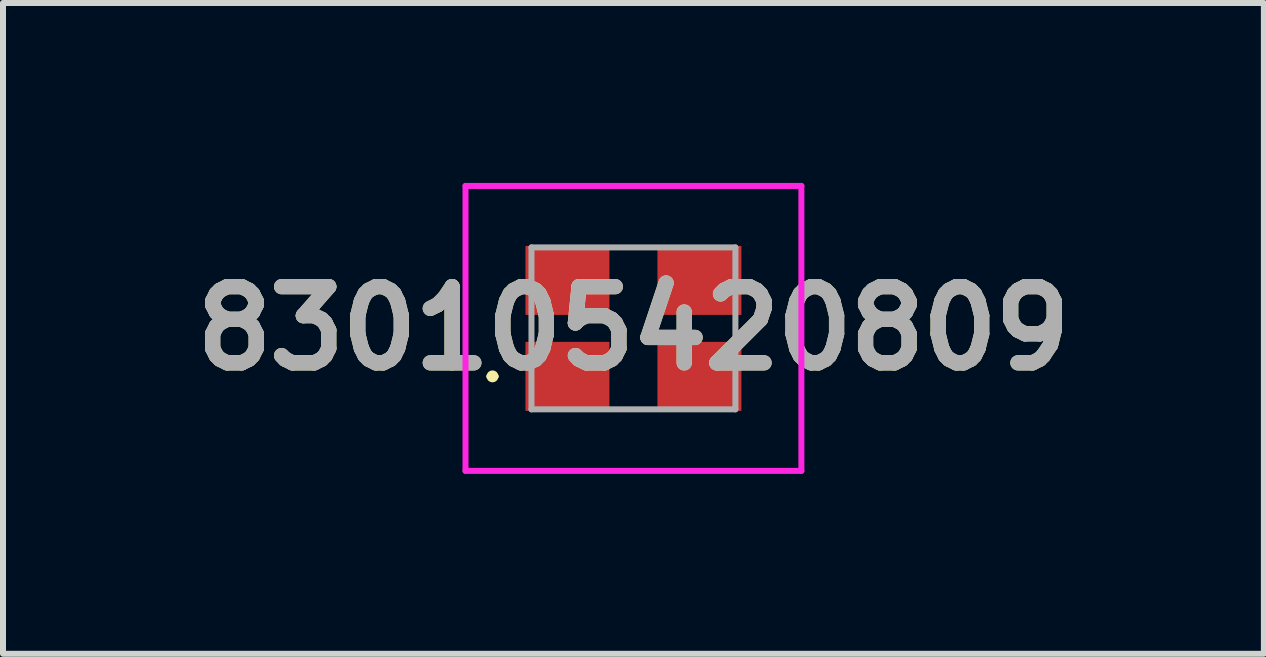
<source format=kicad_pcb>
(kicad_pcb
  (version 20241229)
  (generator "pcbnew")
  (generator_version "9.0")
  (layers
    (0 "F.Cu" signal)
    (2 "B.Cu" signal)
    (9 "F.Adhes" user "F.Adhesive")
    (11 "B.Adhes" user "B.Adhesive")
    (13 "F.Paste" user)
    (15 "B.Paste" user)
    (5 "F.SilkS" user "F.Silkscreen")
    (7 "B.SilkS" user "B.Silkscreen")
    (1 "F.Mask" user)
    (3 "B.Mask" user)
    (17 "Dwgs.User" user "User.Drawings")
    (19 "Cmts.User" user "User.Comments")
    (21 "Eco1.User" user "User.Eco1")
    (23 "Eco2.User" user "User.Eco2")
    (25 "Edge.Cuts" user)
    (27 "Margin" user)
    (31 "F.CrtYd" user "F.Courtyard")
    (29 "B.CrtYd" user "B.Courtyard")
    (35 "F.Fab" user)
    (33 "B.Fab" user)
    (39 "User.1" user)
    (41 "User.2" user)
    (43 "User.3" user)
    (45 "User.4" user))
  (footprint "830105420809"
    (layer "F.Cu")
    (at 7.511 2.425)
    (property "Reference" "830105420809" (at 0 0 0) (layer "F.SilkS") (effects (font (size 1.27 1.27) (thickness 0.254))))
    (attr smd)
    (fp_line (start -2.4 0.8) (end -2.4 0.8) (stroke (width 0.1) (type solid)) (layer "F.SilkS"))
    (fp_line (start -2.3 0.8) (end -2.3 0.8) (stroke (width 0.1) (type solid)) (layer "F.SilkS"))
    (fp_arc (start -2.4 0.8) (mid -2.35 0.75) (end -2.3 0.8) (stroke (width 0.1) (type solid)) (layer "F.SilkS"))
    (fp_arc (start -2.3 0.8) (mid -2.35 0.85) (end -2.4 0.8) (stroke (width 0.1) (type solid)) (layer "F.SilkS"))
    (fp_line (start -2.8 -2.375) (end 2.8 -2.375) (stroke (width 0.1) (type solid)) (layer "F.CrtYd"))
    (fp_line (start -2.8 2.375) (end -2.8 -2.375) (stroke (width 0.1) (type solid)) (layer "F.CrtYd"))
    (fp_line (start 2.8 -2.375) (end 2.8 2.375) (stroke (width 0.1) (type solid)) (layer "F.CrtYd"))
    (fp_line (start 2.8 2.375) (end -2.8 2.375) (stroke (width 0.1) (type solid)) (layer "F.CrtYd"))
    (fp_line (start -1.7 -1.35) (end 1.7 -1.35) (stroke (width 0.1) (type solid)) (layer "F.Fab"))
    (fp_line (start -1.7 1.35) (end -1.7 -1.35) (stroke (width 0.1) (type solid)) (layer "F.Fab"))
    (fp_line (start 1.7 -1.35) (end 1.7 1.35) (stroke (width 0.1) (type solid)) (layer "F.Fab"))
    (fp_line (start 1.7 1.35) (end -1.7 1.35) (stroke (width 0.1) (type solid)) (layer "F.Fab"))
    (fp_text user "${REFERENCE}" (at 0 0 0) (layer "F.Fab") (effects (font (size 1.27 1.27) (thickness 0.254))))
    (pad "1" smd rect (at -1.1 0.8 90) (size 1.15 1.4) (layers "F.Cu" "F.Mask" "F.Paste"))
    (pad "2" smd rect (at 1.1 0.8 90) (size 1.15 1.4) (layers "F.Cu" "F.Mask" "F.Paste"))
    (pad "3" smd rect (at 1.1 -0.8 90) (size 1.15 1.4) (layers "F.Cu" "F.Mask" "F.Paste"))
    (pad "4" smd rect (at -1.1 -0.8 90) (size 1.15 1.4) (layers "F.Cu" "F.Mask" "F.Paste")))
  (gr_rect
    (start -3 -3)
    (end 18.022 7.85)
    (stroke (width 0.1) (type default))
    (fill no)
    (layer "Edge.Cuts")))
</source>
